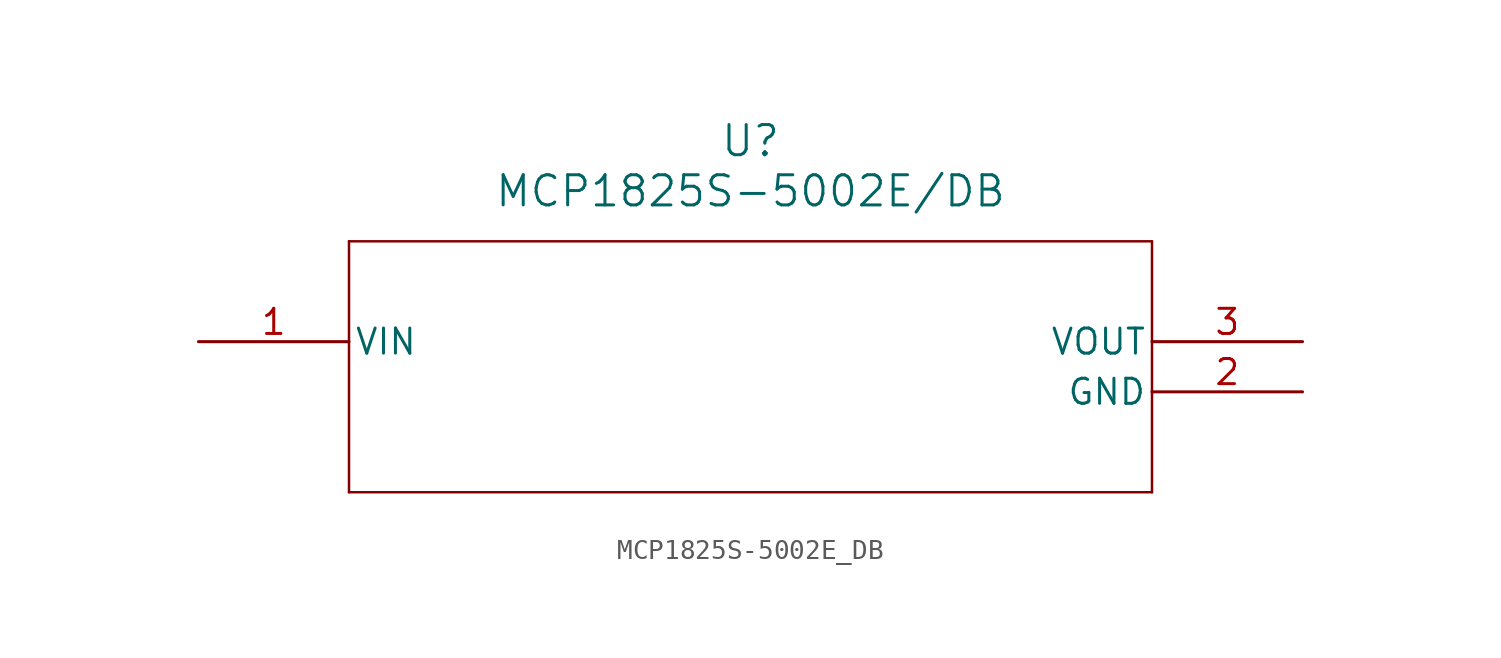
<source format=kicad_sym>
(kicad_symbol_lib
  (version 20211014)
  (generator kicad_symbol_editor)
  (symbol "MCP1825S-5002E_DB"
    (pin_names
      (offset 0.254))
    (property "Reference" "U"
      (at 27.94 10.16 0)
      (effects (font (size 1.524 1.524))))
    (property "Value" "MCP1825S-5002E/DB"
      (at 27.94 7.62 0)
      (effects (font (size 1.524 1.524))))
    (symbol "MCP1825S-5002E_DB_0_1"
      (polyline (pts (xy 7.62 5.08) (xy 7.62 -7.62)) (stroke (width 0.127) (type default) (color 0 0 0 0)) (fill (type none)))
      (polyline (pts (xy 7.62 -7.62) (xy 48.26 -7.62)) (stroke (width 0.127) (type default) (color 0 0 0 0)) (fill (type none)))
      (polyline (pts (xy 48.26 -7.62) (xy 48.26 5.08)) (stroke (width 0.127) (type default) (color 0 0 0 0)) (fill (type none)))
      (polyline (pts (xy 48.26 5.08) (xy 7.62 5.08)) (stroke (width 0.127) (type default) (color 0 0 0 0)) (fill (type none)))
      (pin unspecified line (at 0 0 0) (length 7.62) (name "VIN" (effects (font (size 1.27 1.27)))) (number "1" (effects (font (size 1.27 1.27)))))
      (pin unspecified line (at 55.88 -2.54 180) (length 7.62) (name "GND" (effects (font (size 1.27 1.27)))) (number "2" (effects (font (size 1.27 1.27)))))
      (pin unspecified line (at 55.88 0 180) (length 7.62) (name "VOUT" (effects (font (size 1.27 1.27)))) (number "3" (effects (font (size 1.27 1.27))))))))
</source>
